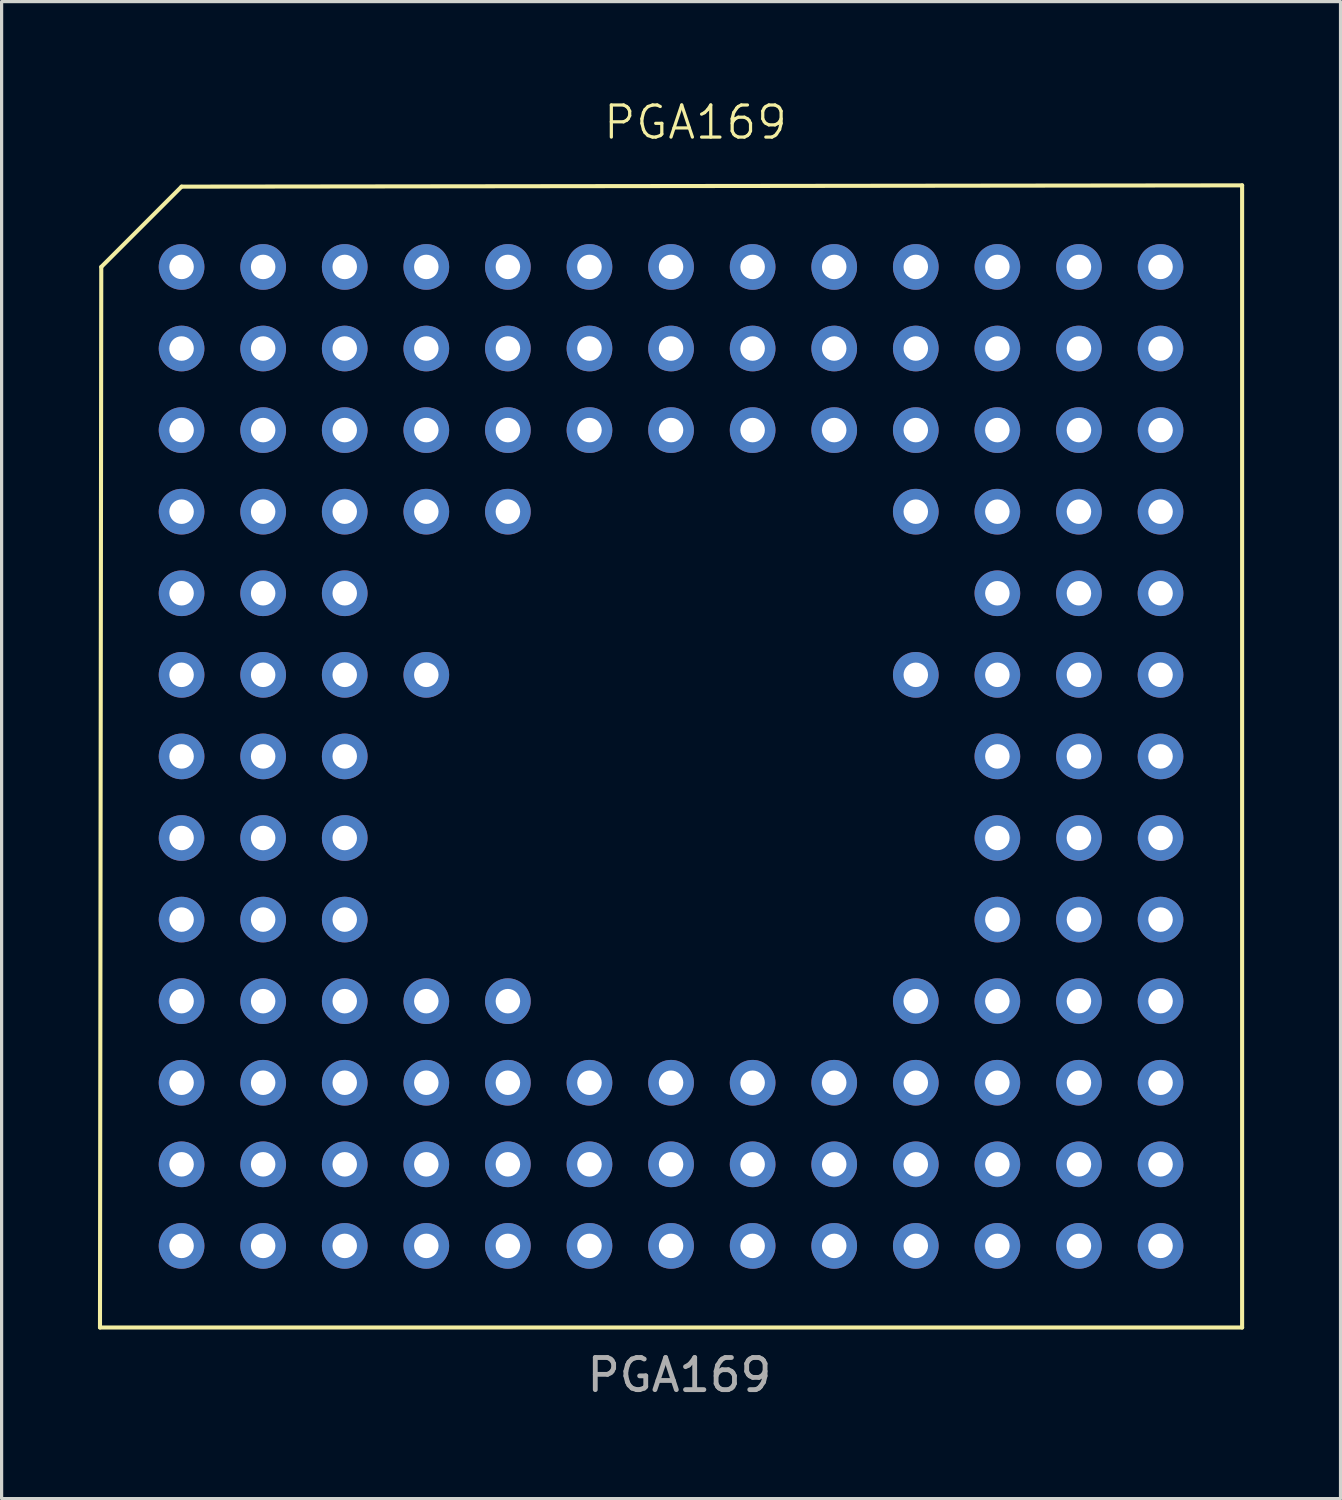
<source format=kicad_pcb>
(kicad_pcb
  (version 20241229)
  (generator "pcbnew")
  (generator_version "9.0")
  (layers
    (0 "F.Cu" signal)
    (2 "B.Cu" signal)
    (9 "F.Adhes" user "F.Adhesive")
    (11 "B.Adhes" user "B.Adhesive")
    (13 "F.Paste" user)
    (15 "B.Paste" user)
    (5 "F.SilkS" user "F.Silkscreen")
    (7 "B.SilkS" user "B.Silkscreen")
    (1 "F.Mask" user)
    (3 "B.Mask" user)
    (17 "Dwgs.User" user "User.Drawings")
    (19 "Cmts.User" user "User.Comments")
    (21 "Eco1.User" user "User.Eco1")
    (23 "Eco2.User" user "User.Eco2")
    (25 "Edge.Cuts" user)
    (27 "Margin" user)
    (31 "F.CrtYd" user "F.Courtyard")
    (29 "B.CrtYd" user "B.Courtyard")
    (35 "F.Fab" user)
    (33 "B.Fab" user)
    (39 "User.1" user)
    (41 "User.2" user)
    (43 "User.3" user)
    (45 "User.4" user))
  (footprint "PGA169"
    (layer "F.Cu")
    (at 2.603 5.261)
    (property "Reference" "PGA169" (at 16 -4.5 0) (unlocked yes) (layer "F.SilkS") (effects (font (size 1 1) (thickness 0.1))))
    (attr through_hole)
    (fp_line (start -2.54 33.02) (end -2.5 0) (stroke (width 0.127) (type default)) (layer "F.SilkS"))
    (fp_line (start -2.5 0) (end 0 -2.5) (stroke (width 0.127) (type default)) (layer "F.SilkS"))
    (fp_line (start 0 -2.5) (end 33.02 -2.54) (stroke (width 0.127) (type default)) (layer "F.SilkS"))
    (fp_line (start 33.02 -2.54) (end 33.02 33.02) (stroke (width 0.127) (type default)) (layer "F.SilkS"))
    (fp_line (start 33.02 33.02) (end -2.54 33.02) (stroke (width 0.127) (type default)) (layer "F.SilkS"))
    (fp_text user "${REFERENCE}" (at 15.5 34.5 0) (unlocked yes) (layer "F.Fab") (effects (font (size 1 1) (thickness 0.15))))
    (pad "A1" thru_hole circle (at 0 0) (size 1.422 1.422) (drill 0.762) (layers "*.Cu" "*.Mask"))
    (pad "A2" thru_hole circle (at 2.54 0) (size 1.422 1.422) (drill 0.762) (layers "*.Cu" "*.Mask"))
    (pad "A3" thru_hole circle (at 5.08 0) (size 1.422 1.422) (drill 0.762) (layers "*.Cu" "*.Mask"))
    (pad "A4" thru_hole circle (at 7.62 0) (size 1.422 1.422) (drill 0.762) (layers "*.Cu" "*.Mask"))
    (pad "A5" thru_hole circle (at 10.16 0) (size 1.422 1.422) (drill 0.762) (layers "*.Cu" "*.Mask"))
    (pad "A6" thru_hole circle (at 12.7 0) (size 1.422 1.422) (drill 0.762) (layers "*.Cu" "*.Mask"))
    (pad "A7" thru_hole circle (at 15.24 0) (size 1.422 1.422) (drill 0.762) (layers "*.Cu" "*.Mask"))
    (pad "A8" thru_hole circle (at 17.78 0) (size 1.422 1.422) (drill 0.762) (layers "*.Cu" "*.Mask"))
    (pad "A9" thru_hole circle (at 20.32 0) (size 1.422 1.422) (drill 0.762) (layers "*.Cu" "*.Mask"))
    (pad "A10" thru_hole circle (at 22.86 0) (size 1.422 1.422) (drill 0.762) (layers "*.Cu" "*.Mask"))
    (pad "A11" thru_hole circle (at 25.4 0) (size 1.422 1.422) (drill 0.762) (layers "*.Cu" "*.Mask"))
    (pad "A12" thru_hole circle (at 27.94 0) (size 1.422 1.422) (drill 0.762) (layers "*.Cu" "*.Mask"))
    (pad "A13" thru_hole circle (at 30.48 0) (size 1.422 1.422) (drill 0.762) (layers "*.Cu" "*.Mask"))
    (pad "B1" thru_hole circle (at 0 2.54) (size 1.422 1.422) (drill 0.762) (layers "*.Cu" "*.Mask"))
    (pad "B2" thru_hole circle (at 2.54 2.54) (size 1.422 1.422) (drill 0.762) (layers "*.Cu" "*.Mask"))
    (pad "B3" thru_hole circle (at 5.08 2.54) (size 1.422 1.422) (drill 0.762) (layers "*.Cu" "*.Mask"))
    (pad "B4" thru_hole circle (at 7.62 2.54) (size 1.422 1.422) (drill 0.762) (layers "*.Cu" "*.Mask"))
    (pad "B5" thru_hole circle (at 10.16 2.54) (size 1.422 1.422) (drill 0.762) (layers "*.Cu" "*.Mask"))
    (pad "B6" thru_hole circle (at 12.7 2.54) (size 1.422 1.422) (drill 0.762) (layers "*.Cu" "*.Mask"))
    (pad "B7" thru_hole circle (at 15.24 2.54) (size 1.422 1.422) (drill 0.762) (layers "*.Cu" "*.Mask"))
    (pad "B8" thru_hole circle (at 17.78 2.54) (size 1.422 1.422) (drill 0.762) (layers "*.Cu" "*.Mask"))
    (pad "B9" thru_hole circle (at 20.32 2.54) (size 1.422 1.422) (drill 0.762) (layers "*.Cu" "*.Mask"))
    (pad "B10" thru_hole circle (at 22.86 2.54) (size 1.422 1.422) (drill 0.762) (layers "*.Cu" "*.Mask"))
    (pad "B11" thru_hole circle (at 25.4 2.54) (size 1.422 1.422) (drill 0.762) (layers "*.Cu" "*.Mask"))
    (pad "B12" thru_hole circle (at 27.94 2.54) (size 1.422 1.422) (drill 0.762) (layers "*.Cu" "*.Mask"))
    (pad "B13" thru_hole circle (at 30.48 2.54) (size 1.422 1.422) (drill 0.762) (layers "*.Cu" "*.Mask"))
    (pad "C1" thru_hole circle (at 0 5.08) (size 1.422 1.422) (drill 0.762) (layers "*.Cu" "*.Mask"))
    (pad "C2" thru_hole circle (at 2.54 5.08) (size 1.422 1.422) (drill 0.762) (layers "*.Cu" "*.Mask"))
    (pad "C3" thru_hole circle (at 5.08 5.08) (size 1.422 1.422) (drill 0.762) (layers "*.Cu" "*.Mask"))
    (pad "C4" thru_hole circle (at 7.62 5.08) (size 1.422 1.422) (drill 0.762) (layers "*.Cu" "*.Mask"))
    (pad "C5" thru_hole circle (at 10.16 5.08) (size 1.422 1.422) (drill 0.762) (layers "*.Cu" "*.Mask"))
    (pad "C6" thru_hole circle (at 12.7 5.08) (size 1.422 1.422) (drill 0.762) (layers "*.Cu" "*.Mask"))
    (pad "C7" thru_hole circle (at 15.24 5.08) (size 1.422 1.422) (drill 0.762) (layers "*.Cu" "*.Mask"))
    (pad "C8" thru_hole circle (at 17.78 5.08) (size 1.422 1.422) (drill 0.762) (layers "*.Cu" "*.Mask"))
    (pad "C9" thru_hole circle (at 20.32 5.08) (size 1.422 1.422) (drill 0.762) (layers "*.Cu" "*.Mask"))
    (pad "C10" thru_hole circle (at 22.86 5.08) (size 1.422 1.422) (drill 0.762) (layers "*.Cu" "*.Mask"))
    (pad "C11" thru_hole circle (at 25.4 5.08) (size 1.422 1.422) (drill 0.762) (layers "*.Cu" "*.Mask"))
    (pad "C12" thru_hole circle (at 27.94 5.08) (size 1.422 1.422) (drill 0.762) (layers "*.Cu" "*.Mask"))
    (pad "C13" thru_hole circle (at 30.48 5.08) (size 1.422 1.422) (drill 0.762) (layers "*.Cu" "*.Mask"))
    (pad "D1" thru_hole circle (at 0 7.62) (size 1.422 1.422) (drill 0.762) (layers "*.Cu" "*.Mask"))
    (pad "D2" thru_hole circle (at 2.54 7.62) (size 1.422 1.422) (drill 0.762) (layers "*.Cu" "*.Mask"))
    (pad "D3" thru_hole circle (at 5.08 7.62) (size 1.422 1.422) (drill 0.762) (layers "*.Cu" "*.Mask"))
    (pad "D4" thru_hole circle (at 7.62 7.62) (size 1.422 1.422) (drill 0.762) (layers "*.Cu" "*.Mask"))
    (pad "D5" thru_hole circle (at 10.16 7.62) (size 1.422 1.422) (drill 0.762) (layers "*.Cu" "*.Mask"))
    (pad "D10" thru_hole circle (at 22.86 7.62) (size 1.422 1.422) (drill 0.762) (layers "*.Cu" "*.Mask"))
    (pad "D11" thru_hole circle (at 25.4 7.62) (size 1.422 1.422) (drill 0.762) (layers "*.Cu" "*.Mask"))
    (pad "D12" thru_hole circle (at 27.94 7.62) (size 1.422 1.422) (drill 0.762) (layers "*.Cu" "*.Mask"))
    (pad "D13" thru_hole circle (at 30.48 7.62) (size 1.422 1.422) (drill 0.762) (layers "*.Cu" "*.Mask"))
    (pad "E1" thru_hole circle (at 0 10.16) (size 1.422 1.422) (drill 0.762) (layers "*.Cu" "*.Mask"))
    (pad "E2" thru_hole circle (at 2.54 10.16) (size 1.422 1.422) (drill 0.762) (layers "*.Cu" "*.Mask"))
    (pad "E3" thru_hole circle (at 5.08 10.16) (size 1.422 1.422) (drill 0.762) (layers "*.Cu" "*.Mask"))
    (pad "E11" thru_hole circle (at 25.4 10.16) (size 1.422 1.422) (drill 0.762) (layers "*.Cu" "*.Mask"))
    (pad "E12" thru_hole circle (at 27.94 10.16) (size 1.422 1.422) (drill 0.762) (layers "*.Cu" "*.Mask"))
    (pad "E13" thru_hole circle (at 30.48 10.16) (size 1.422 1.422) (drill 0.762) (layers "*.Cu" "*.Mask"))
    (pad "F1" thru_hole circle (at 0 12.7) (size 1.422 1.422) (drill 0.762) (layers "*.Cu" "*.Mask"))
    (pad "F2" thru_hole circle (at 2.54 12.7) (size 1.422 1.422) (drill 0.762) (layers "*.Cu" "*.Mask"))
    (pad "F3" thru_hole circle (at 5.08 12.7) (size 1.422 1.422) (drill 0.762) (layers "*.Cu" "*.Mask"))
    (pad "F4" thru_hole circle (at 7.62 12.7) (size 1.422 1.422) (drill 0.762) (layers "*.Cu" "*.Mask"))
    (pad "F10" thru_hole circle (at 22.86 12.7) (size 1.422 1.422) (drill 0.762) (layers "*.Cu" "*.Mask"))
    (pad "F11" thru_hole circle (at 25.4 12.7) (size 1.422 1.422) (drill 0.762) (layers "*.Cu" "*.Mask"))
    (pad "F12" thru_hole circle (at 27.94 12.7) (size 1.422 1.422) (drill 0.762) (layers "*.Cu" "*.Mask"))
    (pad "F13" thru_hole circle (at 30.48 12.7) (size 1.422 1.422) (drill 0.762) (layers "*.Cu" "*.Mask"))
    (pad "G1" thru_hole circle (at 0 15.24) (size 1.422 1.422) (drill 0.762) (layers "*.Cu" "*.Mask"))
    (pad "G2" thru_hole circle (at 2.54 15.24) (size 1.422 1.422) (drill 0.762) (layers "*.Cu" "*.Mask"))
    (pad "G3" thru_hole circle (at 5.08 15.24) (size 1.422 1.422) (drill 0.762) (layers "*.Cu" "*.Mask"))
    (pad "G11" thru_hole circle (at 25.4 15.24) (size 1.422 1.422) (drill 0.762) (layers "*.Cu" "*.Mask"))
    (pad "G12" thru_hole circle (at 27.94 15.24) (size 1.422 1.422) (drill 0.762) (layers "*.Cu" "*.Mask"))
    (pad "G13" thru_hole circle (at 30.48 15.24) (size 1.422 1.422) (drill 0.762) (layers "*.Cu" "*.Mask"))
    (pad "H1" thru_hole circle (at 0 17.78) (size 1.422 1.422) (drill 0.762) (layers "*.Cu" "*.Mask"))
    (pad "H2" thru_hole circle (at 2.54 17.78) (size 1.422 1.422) (drill 0.762) (layers "*.Cu" "*.Mask"))
    (pad "H3" thru_hole circle (at 5.08 17.78) (size 1.422 1.422) (drill 0.762) (layers "*.Cu" "*.Mask"))
    (pad "H11" thru_hole circle (at 25.4 17.78) (size 1.422 1.422) (drill 0.762) (layers "*.Cu" "*.Mask"))
    (pad "H12" thru_hole circle (at 27.94 17.78) (size 1.422 1.422) (drill 0.762) (layers "*.Cu" "*.Mask"))
    (pad "H13" thru_hole circle (at 30.48 17.78) (size 1.422 1.422) (drill 0.762) (layers "*.Cu" "*.Mask"))
    (pad "J1" thru_hole circle (at 0 20.32) (size 1.422 1.422) (drill 0.762) (layers "*.Cu" "*.Mask"))
    (pad "J2" thru_hole circle (at 2.54 20.32) (size 1.422 1.422) (drill 0.762) (layers "*.Cu" "*.Mask"))
    (pad "J3" thru_hole circle (at 5.08 20.32) (size 1.422 1.422) (drill 0.762) (layers "*.Cu" "*.Mask"))
    (pad "J11" thru_hole circle (at 25.4 20.32) (size 1.422 1.422) (drill 0.762) (layers "*.Cu" "*.Mask"))
    (pad "J12" thru_hole circle (at 27.94 20.32) (size 1.422 1.422) (drill 0.762) (layers "*.Cu" "*.Mask"))
    (pad "J13" thru_hole circle (at 30.48 20.32) (size 1.422 1.422) (drill 0.762) (layers "*.Cu" "*.Mask"))
    (pad "K1" thru_hole circle (at 0 22.86) (size 1.422 1.422) (drill 0.762) (layers "*.Cu" "*.Mask"))
    (pad "K2" thru_hole circle (at 2.54 22.86) (size 1.422 1.422) (drill 0.762) (layers "*.Cu" "*.Mask"))
    (pad "K3" thru_hole circle (at 5.08 22.86) (size 1.422 1.422) (drill 0.762) (layers "*.Cu" "*.Mask"))
    (pad "K4" thru_hole circle (at 7.62 22.86) (size 1.422 1.422) (drill 0.762) (layers "*.Cu" "*.Mask"))
    (pad "K5" thru_hole circle (at 10.16 22.86) (size 1.422 1.422) (drill 0.762) (layers "*.Cu" "*.Mask"))
    (pad "K10" thru_hole circle (at 22.86 22.86) (size 1.422 1.422) (drill 0.762) (layers "*.Cu" "*.Mask"))
    (pad "K11" thru_hole circle (at 25.4 22.86) (size 1.422 1.422) (drill 0.762) (layers "*.Cu" "*.Mask"))
    (pad "K12" thru_hole circle (at 27.94 22.86) (size 1.422 1.422) (drill 0.762) (layers "*.Cu" "*.Mask"))
    (pad "K13" thru_hole circle (at 30.48 22.86) (size 1.422 1.422) (drill 0.762) (layers "*.Cu" "*.Mask"))
    (pad "L1" thru_hole circle (at 0 25.4) (size 1.422 1.422) (drill 0.762) (layers "*.Cu" "*.Mask"))
    (pad "L2" thru_hole circle (at 2.54 25.4) (size 1.422 1.422) (drill 0.762) (layers "*.Cu" "*.Mask"))
    (pad "L3" thru_hole circle (at 5.08 25.4) (size 1.422 1.422) (drill 0.762) (layers "*.Cu" "*.Mask"))
    (pad "L4" thru_hole circle (at 7.62 25.4) (size 1.422 1.422) (drill 0.762) (layers "*.Cu" "*.Mask"))
    (pad "L5" thru_hole circle (at 10.16 25.4) (size 1.422 1.422) (drill 0.762) (layers "*.Cu" "*.Mask"))
    (pad "L6" thru_hole circle (at 12.7 25.4) (size 1.422 1.422) (drill 0.762) (layers "*.Cu" "*.Mask"))
    (pad "L7" thru_hole circle (at 15.24 25.4) (size 1.422 1.422) (drill 0.762) (layers "*.Cu" "*.Mask"))
    (pad "L8" thru_hole circle (at 17.78 25.4) (size 1.422 1.422) (drill 0.762) (layers "*.Cu" "*.Mask"))
    (pad "L9" thru_hole circle (at 20.32 25.4) (size 1.422 1.422) (drill 0.762) (layers "*.Cu" "*.Mask"))
    (pad "L10" thru_hole circle (at 22.86 25.4) (size 1.422 1.422) (drill 0.762) (layers "*.Cu" "*.Mask"))
    (pad "L11" thru_hole circle (at 25.4 25.4) (size 1.422 1.422) (drill 0.762) (layers "*.Cu" "*.Mask"))
    (pad "L12" thru_hole circle (at 27.94 25.4) (size 1.422 1.422) (drill 0.762) (layers "*.Cu" "*.Mask"))
    (pad "L13" thru_hole circle (at 30.48 25.4) (size 1.422 1.422) (drill 0.762) (layers "*.Cu" "*.Mask"))
    (pad "M1" thru_hole circle (at 0 27.94) (size 1.422 1.422) (drill 0.762) (layers "*.Cu" "*.Mask"))
    (pad "M2" thru_hole circle (at 2.54 27.94) (size 1.422 1.422) (drill 0.762) (layers "*.Cu" "*.Mask"))
    (pad "M3" thru_hole circle (at 5.08 27.94) (size 1.422 1.422) (drill 0.762) (layers "*.Cu" "*.Mask"))
    (pad "M4" thru_hole circle (at 7.62 27.94) (size 1.422 1.422) (drill 0.762) (layers "*.Cu" "*.Mask"))
    (pad "M5" thru_hole circle (at 10.16 27.94) (size 1.422 1.422) (drill 0.762) (layers "*.Cu" "*.Mask"))
    (pad "M6" thru_hole circle (at 12.7 27.94) (size 1.422 1.422) (drill 0.762) (layers "*.Cu" "*.Mask"))
    (pad "M7" thru_hole circle (at 15.24 27.94) (size 1.422 1.422) (drill 0.762) (layers "*.Cu" "*.Mask"))
    (pad "M8" thru_hole circle (at 17.78 27.94) (size 1.422 1.422) (drill 0.762) (layers "*.Cu" "*.Mask"))
    (pad "M9" thru_hole circle (at 20.32 27.94) (size 1.422 1.422) (drill 0.762) (layers "*.Cu" "*.Mask"))
    (pad "M10" thru_hole circle (at 22.86 27.94) (size 1.422 1.422) (drill 0.762) (layers "*.Cu" "*.Mask"))
    (pad "M11" thru_hole circle (at 25.4 27.94) (size 1.422 1.422) (drill 0.762) (layers "*.Cu" "*.Mask"))
    (pad "M12" thru_hole circle (at 27.94 27.94) (size 1.422 1.422) (drill 0.762) (layers "*.Cu" "*.Mask"))
    (pad "M13" thru_hole circle (at 30.48 27.94) (size 1.422 1.422) (drill 0.762) (layers "*.Cu" "*.Mask"))
    (pad "N1" thru_hole circle (at 0 30.48) (size 1.422 1.422) (drill 0.762) (layers "*.Cu" "*.Mask"))
    (pad "N2" thru_hole circle (at 2.54 30.48) (size 1.422 1.422) (drill 0.762) (layers "*.Cu" "*.Mask"))
    (pad "N3" thru_hole circle (at 5.08 30.48) (size 1.422 1.422) (drill 0.762) (layers "*.Cu" "*.Mask"))
    (pad "N4" thru_hole circle (at 7.62 30.48) (size 1.422 1.422) (drill 0.762) (layers "*.Cu" "*.Mask"))
    (pad "N5" thru_hole circle (at 10.16 30.48) (size 1.422 1.422) (drill 0.762) (layers "*.Cu" "*.Mask"))
    (pad "N6" thru_hole circle (at 12.7 30.48) (size 1.422 1.422) (drill 0.762) (layers "*.Cu" "*.Mask"))
    (pad "N7" thru_hole circle (at 15.24 30.48) (size 1.422 1.422) (drill 0.762) (layers "*.Cu" "*.Mask"))
    (pad "N8" thru_hole circle (at 17.78 30.48) (size 1.422 1.422) (drill 0.762) (layers "*.Cu" "*.Mask"))
    (pad "N9" thru_hole circle (at 20.32 30.48) (size 1.422 1.422) (drill 0.762) (layers "*.Cu" "*.Mask"))
    (pad "N10" thru_hole circle (at 22.86 30.48) (size 1.422 1.422) (drill 0.762) (layers "*.Cu" "*.Mask"))
    (pad "N11" thru_hole circle (at 25.4 30.48) (size 1.422 1.422) (drill 0.762) (layers "*.Cu" "*.Mask"))
    (pad "N12" thru_hole circle (at 27.94 30.48) (size 1.422 1.422) (drill 0.762) (layers "*.Cu" "*.Mask"))
    (pad "N13" thru_hole circle (at 30.48 30.48) (size 1.422 1.422) (drill 0.762) (layers "*.Cu" "*.Mask")))
  (gr_rect
    (start -3 -3)
    (end 38.687 43.609)
    (stroke (width 0.1) (type default))
    (fill no)
    (layer "Edge.Cuts")))
</source>
